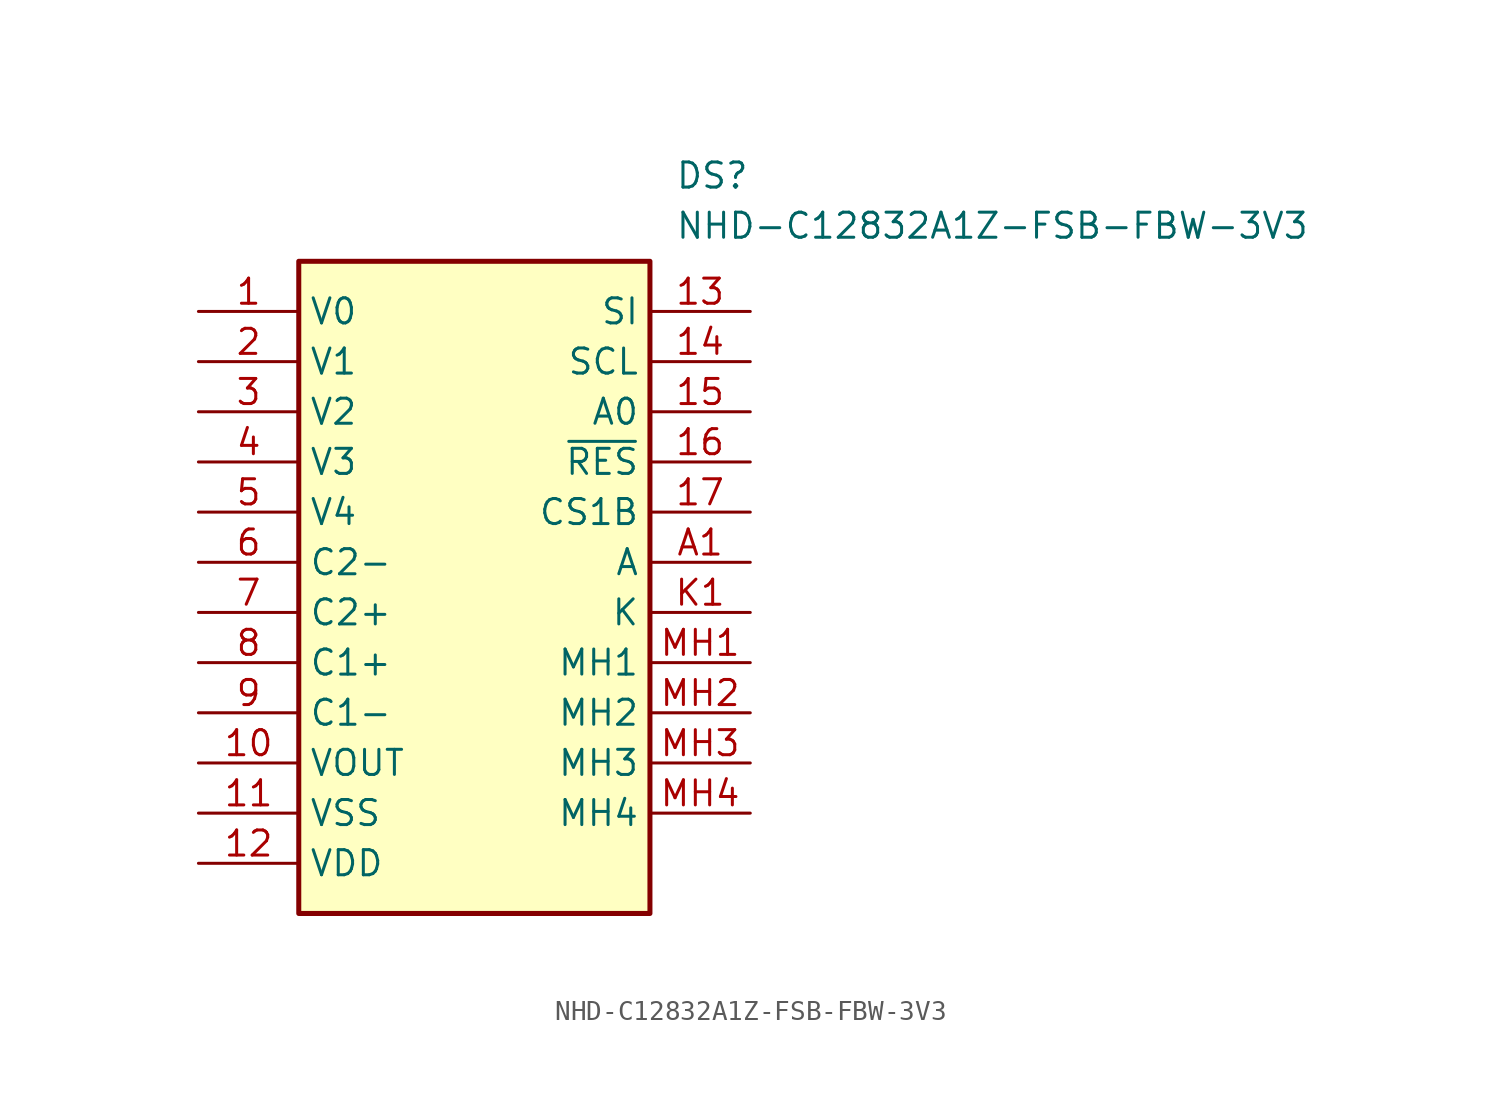
<source format=kicad_sym>
(kicad_symbol_lib
  (version 20211014)
  (generator SamacSys_ECAD_Model)
  (symbol "NHD-C12832A1Z-FSB-FBW-3V3"
    (property "Reference" "DS"
      (at 24.13 7.62 0)
      (effects (font (size 1.27 1.27)) (justify left top)))
    (property "Value" "NHD-C12832A1Z-FSB-FBW-3V3"
      (at 24.13 5.08 0)
      (effects (font (size 1.27 1.27)) (justify left top)))
    (rectangle
      (start 5.08 2.54)
      (end 22.86 -30.48)
      (stroke (width 0.254) (type default))
      (fill (type background)))
    (pin passive line
      (at 0 0 0)
      (length 5.08)
      (name "V0" (effects (font (size 1.27 1.27))))
      (number "1" (effects (font (size 1.27 1.27)))))
    (pin passive line
      (at 0 -2.54 0)
      (length 5.08)
      (name "V1" (effects (font (size 1.27 1.27))))
      (number "2" (effects (font (size 1.27 1.27)))))
    (pin passive line
      (at 0 -5.08 0)
      (length 5.08)
      (name "V2" (effects (font (size 1.27 1.27))))
      (number "3" (effects (font (size 1.27 1.27)))))
    (pin passive line
      (at 0 -7.62 0)
      (length 5.08)
      (name "V3" (effects (font (size 1.27 1.27))))
      (number "4" (effects (font (size 1.27 1.27)))))
    (pin passive line
      (at 0 -10.16 0)
      (length 5.08)
      (name "V4" (effects (font (size 1.27 1.27))))
      (number "5" (effects (font (size 1.27 1.27)))))
    (pin passive line
      (at 0 -12.7 0)
      (length 5.08)
      (name "C2-" (effects (font (size 1.27 1.27))))
      (number "6" (effects (font (size 1.27 1.27)))))
    (pin passive line
      (at 0 -15.24 0)
      (length 5.08)
      (name "C2+" (effects (font (size 1.27 1.27))))
      (number "7" (effects (font (size 1.27 1.27)))))
    (pin passive line
      (at 0 -17.78 0)
      (length 5.08)
      (name "C1+" (effects (font (size 1.27 1.27))))
      (number "8" (effects (font (size 1.27 1.27)))))
    (pin passive line
      (at 0 -20.32 0)
      (length 5.08)
      (name "C1-" (effects (font (size 1.27 1.27))))
      (number "9" (effects (font (size 1.27 1.27)))))
    (pin passive line
      (at 0 -22.86 0)
      (length 5.08)
      (name "VOUT" (effects (font (size 1.27 1.27))))
      (number "10" (effects (font (size 1.27 1.27)))))
    (pin passive line
      (at 0 -25.4 0)
      (length 5.08)
      (name "VSS" (effects (font (size 1.27 1.27))))
      (number "11" (effects (font (size 1.27 1.27)))))
    (pin passive line
      (at 0 -27.94 0)
      (length 5.08)
      (name "VDD" (effects (font (size 1.27 1.27))))
      (number "12" (effects (font (size 1.27 1.27)))))
    (pin passive line
      (at 27.94 0 180)
      (length 5.08)
      (name "SI" (effects (font (size 1.27 1.27))))
      (number "13" (effects (font (size 1.27 1.27)))))
    (pin passive line
      (at 27.94 -2.54 180)
      (length 5.08)
      (name "SCL" (effects (font (size 1.27 1.27))))
      (number "14" (effects (font (size 1.27 1.27)))))
    (pin passive line
      (at 27.94 -5.08 180)
      (length 5.08)
      (name "A0" (effects (font (size 1.27 1.27))))
      (number "15" (effects (font (size 1.27 1.27)))))
    (pin passive line
      (at 27.94 -7.62 180)
      (length 5.08)
      (name "~{RES}" (effects (font (size 1.27 1.27))))
      (number "16" (effects (font (size 1.27 1.27)))))
    (pin passive line
      (at 27.94 -10.16 180)
      (length 5.08)
      (name "CS1B" (effects (font (size 1.27 1.27))))
      (number "17" (effects (font (size 1.27 1.27)))))
    (pin passive line
      (at 27.94 -12.7 180)
      (length 5.08)
      (name "A" (effects (font (size 1.27 1.27))))
      (number "A1" (effects (font (size 1.27 1.27)))))
    (pin passive line
      (at 27.94 -15.24 180)
      (length 5.08)
      (name "K" (effects (font (size 1.27 1.27))))
      (number "K1" (effects (font (size 1.27 1.27)))))
    (pin passive line
      (at 27.94 -17.78 180)
      (length 5.08)
      (name "MH1" (effects (font (size 1.27 1.27))))
      (number "MH1" (effects (font (size 1.27 1.27)))))
    (pin passive line
      (at 27.94 -20.32 180)
      (length 5.08)
      (name "MH2" (effects (font (size 1.27 1.27))))
      (number "MH2" (effects (font (size 1.27 1.27)))))
    (pin passive line
      (at 27.94 -22.86 180)
      (length 5.08)
      (name "MH3" (effects (font (size 1.27 1.27))))
      (number "MH3" (effects (font (size 1.27 1.27)))))
    (pin passive line
      (at 27.94 -25.4 180)
      (length 5.08)
      (name "MH4" (effects (font (size 1.27 1.27))))
      (number "MH4" (effects (font (size 1.27 1.27)))))))
</source>
